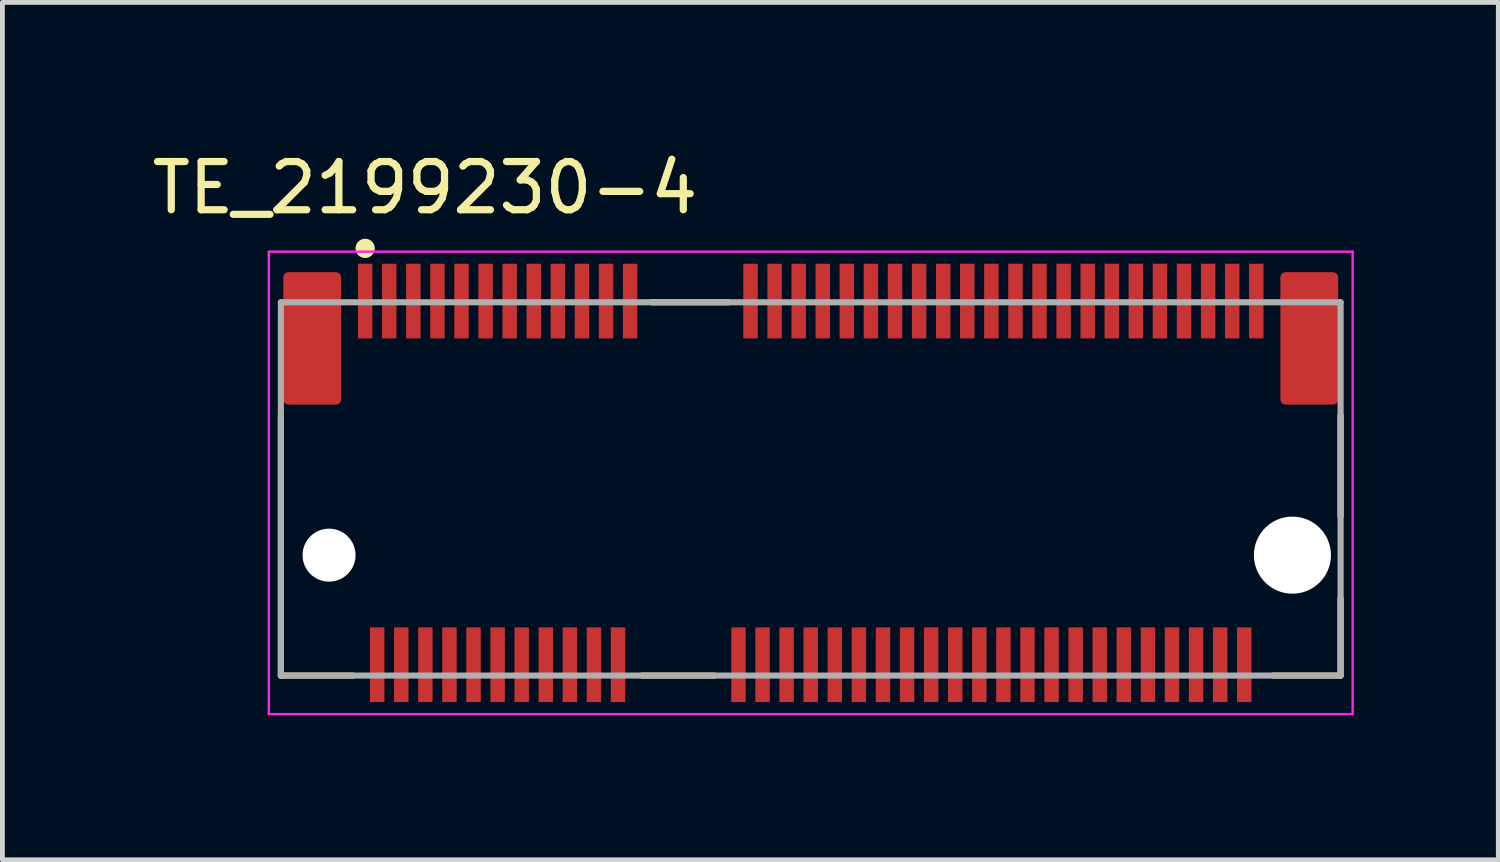
<source format=kicad_pcb>
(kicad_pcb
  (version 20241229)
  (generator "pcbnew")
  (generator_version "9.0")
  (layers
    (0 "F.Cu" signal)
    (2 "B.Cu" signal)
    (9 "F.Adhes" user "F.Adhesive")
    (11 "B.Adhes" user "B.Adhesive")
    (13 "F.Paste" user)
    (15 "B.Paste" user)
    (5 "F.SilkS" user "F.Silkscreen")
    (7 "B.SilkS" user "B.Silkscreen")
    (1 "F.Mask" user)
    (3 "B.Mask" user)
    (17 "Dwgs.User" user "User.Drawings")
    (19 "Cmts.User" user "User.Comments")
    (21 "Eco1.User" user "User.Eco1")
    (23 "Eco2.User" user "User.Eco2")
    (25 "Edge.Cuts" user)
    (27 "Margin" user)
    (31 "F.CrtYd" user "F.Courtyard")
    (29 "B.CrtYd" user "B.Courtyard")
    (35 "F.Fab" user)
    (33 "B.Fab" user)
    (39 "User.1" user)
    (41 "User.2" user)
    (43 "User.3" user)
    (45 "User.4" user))
  (footprint "TE_2199230-4"
    (layer "F.Cu")
    (at 13.781 7.1)
    (property "Reference" "TE_2199230-4" (at -8.008 -6.251 0) (layer "F.SilkS") (effects (font (size 1.001 1.001) (thickness 0.15))))
    (attr through_hole)
    (fp_line (start -11 -1.525) (end -11 3.875) (stroke (width 0.127) (type solid)) (layer "F.SilkS"))
    (fp_line (start -11 3.875) (end -9.5 3.875) (stroke (width 0.127) (type solid)) (layer "F.SilkS"))
    (fp_line (start -3.5 3.875) (end -2 3.875) (stroke (width 0.127) (type solid)) (layer "F.SilkS"))
    (fp_line (start -3.3 -3.875) (end -1.7 -3.875) (stroke (width 0.127) (type solid)) (layer "F.SilkS"))
    (fp_line (start 9.6 3.875) (end 11 3.875) (stroke (width 0.127) (type solid)) (layer "F.SilkS"))
    (fp_line (start 11 -1.525) (end 11 0.575) (stroke (width 0.127) (type solid)) (layer "F.SilkS"))
    (fp_line (start 11 3.875) (end 11 2.275) (stroke (width 0.127) (type solid)) (layer "F.SilkS"))
    (fp_circle (center -9.25 -4.994) (end -9.15 -4.994) (stroke (width 0.2) (type solid)) (fill no) (layer "F.SilkS"))
    (fp_line (start -11.25 -4.925) (end 11.25 -4.925) (stroke (width 0.05) (type solid)) (layer "F.CrtYd"))
    (fp_line (start -11.25 4.675) (end -11.25 -4.925) (stroke (width 0.05) (type solid)) (layer "F.CrtYd"))
    (fp_line (start 11.25 -4.925) (end 11.25 4.675) (stroke (width 0.05) (type solid)) (layer "F.CrtYd"))
    (fp_line (start 11.25 4.675) (end -11.25 4.675) (stroke (width 0.05) (type solid)) (layer "F.CrtYd"))
    (fp_line (start -11 -3.875) (end 11 -3.875) (stroke (width 0.127) (type solid)) (layer "F.Fab"))
    (fp_line (start -11 3.875) (end -11 -3.875) (stroke (width 0.127) (type solid)) (layer "F.Fab"))
    (fp_line (start 11 -3.875) (end 11 3.875) (stroke (width 0.127) (type solid)) (layer "F.Fab"))
    (fp_line (start 11 3.875) (end -11 3.875) (stroke (width 0.127) (type solid)) (layer "F.Fab"))
    (pad "" np_thru_hole circle (at -10 1.375) (size 1.1 1.1) (drill 1.1) (layers "*.Cu" "*.Mask"))
    (pad "" np_thru_hole circle (at 10 1.375) (size 1.6 1.6) (drill 1.6) (layers "*.Cu" "*.Mask"))
    (pad "1" smd roundrect (at -9.25 -3.9) (size 0.3 1.55) (layers "F.Cu" "F.Mask" "F.Paste") (roundrect_rratio 0.02))
    (pad "2" smd roundrect (at -9 3.65) (size 0.3 1.55) (layers "F.Cu" "F.Mask" "F.Paste") (roundrect_rratio 0.02))
    (pad "3" smd roundrect (at -8.75 -3.9) (size 0.3 1.55) (layers "F.Cu" "F.Mask" "F.Paste") (roundrect_rratio 0.02))
    (pad "4" smd roundrect (at -8.5 3.65) (size 0.3 1.55) (layers "F.Cu" "F.Mask" "F.Paste") (roundrect_rratio 0.02))
    (pad "5" smd roundrect (at -8.25 -3.9) (size 0.3 1.55) (layers "F.Cu" "F.Mask" "F.Paste") (roundrect_rratio 0.02))
    (pad "6" smd roundrect (at -8 3.65) (size 0.3 1.55) (layers "F.Cu" "F.Mask" "F.Paste") (roundrect_rratio 0.02))
    (pad "7" smd roundrect (at -7.75 -3.9) (size 0.3 1.55) (layers "F.Cu" "F.Mask" "F.Paste") (roundrect_rratio 0.02))
    (pad "8" smd roundrect (at -7.5 3.65) (size 0.3 1.55) (layers "F.Cu" "F.Mask" "F.Paste") (roundrect_rratio 0.02))
    (pad "9" smd roundrect (at -7.25 -3.9) (size 0.3 1.55) (layers "F.Cu" "F.Mask" "F.Paste") (roundrect_rratio 0.02))
    (pad "10" smd roundrect (at -7 3.65) (size 0.3 1.55) (layers "F.Cu" "F.Mask" "F.Paste") (roundrect_rratio 0.02))
    (pad "11" smd roundrect (at -6.75 -3.9) (size 0.3 1.55) (layers "F.Cu" "F.Mask" "F.Paste") (roundrect_rratio 0.02))
    (pad "12" smd roundrect (at -6.5 3.65) (size 0.3 1.55) (layers "F.Cu" "F.Mask" "F.Paste") (roundrect_rratio 0.02))
    (pad "13" smd roundrect (at -6.25 -3.9) (size 0.3 1.55) (layers "F.Cu" "F.Mask" "F.Paste") (roundrect_rratio 0.02))
    (pad "14" smd roundrect (at -6 3.65) (size 0.3 1.55) (layers "F.Cu" "F.Mask" "F.Paste") (roundrect_rratio 0.02))
    (pad "15" smd roundrect (at -5.75 -3.9) (size 0.3 1.55) (layers "F.Cu" "F.Mask" "F.Paste") (roundrect_rratio 0.02))
    (pad "16" smd roundrect (at -5.5 3.65) (size 0.3 1.55) (layers "F.Cu" "F.Mask" "F.Paste") (roundrect_rratio 0.02))
    (pad "17" smd roundrect (at -5.25 -3.9) (size 0.3 1.55) (layers "F.Cu" "F.Mask" "F.Paste") (roundrect_rratio 0.02))
    (pad "18" smd roundrect (at -5 3.65) (size 0.3 1.55) (layers "F.Cu" "F.Mask" "F.Paste") (roundrect_rratio 0.02))
    (pad "19" smd roundrect (at -4.75 -3.9) (size 0.3 1.55) (layers "F.Cu" "F.Mask" "F.Paste") (roundrect_rratio 0.02))
    (pad "20" smd roundrect (at -4.5 3.65) (size 0.3 1.55) (layers "F.Cu" "F.Mask" "F.Paste") (roundrect_rratio 0.02))
    (pad "21" smd roundrect (at -4.25 -3.9) (size 0.3 1.55) (layers "F.Cu" "F.Mask" "F.Paste") (roundrect_rratio 0.02))
    (pad "22" smd roundrect (at -4 3.65) (size 0.3 1.55) (layers "F.Cu" "F.Mask" "F.Paste") (roundrect_rratio 0.02))
    (pad "23" smd roundrect (at -3.75 -3.9) (size 0.3 1.55) (layers "F.Cu" "F.Mask" "F.Paste") (roundrect_rratio 0.02))
    (pad "32" smd roundrect (at -1.5 3.65) (size 0.3 1.55) (layers "F.Cu" "F.Mask" "F.Paste") (roundrect_rratio 0.02))
    (pad "33" smd roundrect (at -1.25 -3.9) (size 0.3 1.55) (layers "F.Cu" "F.Mask" "F.Paste") (roundrect_rratio 0.02))
    (pad "34" smd roundrect (at -1 3.65) (size 0.3 1.55) (layers "F.Cu" "F.Mask" "F.Paste") (roundrect_rratio 0.02))
    (pad "35" smd roundrect (at -0.75 -3.9) (size 0.3 1.55) (layers "F.Cu" "F.Mask" "F.Paste") (roundrect_rratio 0.02))
    (pad "36" smd roundrect (at -0.5 3.65) (size 0.3 1.55) (layers "F.Cu" "F.Mask" "F.Paste") (roundrect_rratio 0.02))
    (pad "37" smd roundrect (at -0.25 -3.9) (size 0.3 1.55) (layers "F.Cu" "F.Mask" "F.Paste") (roundrect_rratio 0.02))
    (pad "38" smd roundrect (at 0 3.65) (size 0.3 1.55) (layers "F.Cu" "F.Mask" "F.Paste") (roundrect_rratio 0.02))
    (pad "39" smd roundrect (at 0.25 -3.9) (size 0.3 1.55) (layers "F.Cu" "F.Mask" "F.Paste") (roundrect_rratio 0.02))
    (pad "40" smd roundrect (at 0.5 3.65) (size 0.3 1.55) (layers "F.Cu" "F.Mask" "F.Paste") (roundrect_rratio 0.02))
    (pad "41" smd roundrect (at 0.75 -3.9) (size 0.3 1.55) (layers "F.Cu" "F.Mask" "F.Paste") (roundrect_rratio 0.02))
    (pad "42" smd roundrect (at 1 3.65) (size 0.3 1.55) (layers "F.Cu" "F.Mask" "F.Paste") (roundrect_rratio 0.02))
    (pad "43" smd roundrect (at 1.25 -3.9) (size 0.3 1.55) (layers "F.Cu" "F.Mask" "F.Paste") (roundrect_rratio 0.02))
    (pad "44" smd roundrect (at 1.5 3.65) (size 0.3 1.55) (layers "F.Cu" "F.Mask" "F.Paste") (roundrect_rratio 0.02))
    (pad "45" smd roundrect (at 1.75 -3.9) (size 0.3 1.55) (layers "F.Cu" "F.Mask" "F.Paste") (roundrect_rratio 0.02))
    (pad "46" smd roundrect (at 2 3.65) (size 0.3 1.55) (layers "F.Cu" "F.Mask" "F.Paste") (roundrect_rratio 0.02))
    (pad "47" smd roundrect (at 2.25 -3.9) (size 0.3 1.55) (layers "F.Cu" "F.Mask" "F.Paste") (roundrect_rratio 0.02))
    (pad "48" smd roundrect (at 2.5 3.65) (size 0.3 1.55) (layers "F.Cu" "F.Mask" "F.Paste") (roundrect_rratio 0.02))
    (pad "49" smd roundrect (at 2.75 -3.9) (size 0.3 1.55) (layers "F.Cu" "F.Mask" "F.Paste") (roundrect_rratio 0.02))
    (pad "50" smd roundrect (at 3 3.65) (size 0.3 1.55) (layers "F.Cu" "F.Mask" "F.Paste") (roundrect_rratio 0.02))
    (pad "51" smd roundrect (at 3.25 -3.9) (size 0.3 1.55) (layers "F.Cu" "F.Mask" "F.Paste") (roundrect_rratio 0.02))
    (pad "52" smd roundrect (at 3.5 3.65) (size 0.3 1.55) (layers "F.Cu" "F.Mask" "F.Paste") (roundrect_rratio 0.02))
    (pad "53" smd roundrect (at 3.75 -3.9) (size 0.3 1.55) (layers "F.Cu" "F.Mask" "F.Paste") (roundrect_rratio 0.02))
    (pad "54" smd roundrect (at 4 3.65) (size 0.3 1.55) (layers "F.Cu" "F.Mask" "F.Paste") (roundrect_rratio 0.02))
    (pad "55" smd roundrect (at 4.25 -3.9) (size 0.3 1.55) (layers "F.Cu" "F.Mask" "F.Paste") (roundrect_rratio 0.02))
    (pad "56" smd roundrect (at 4.5 3.65) (size 0.3 1.55) (layers "F.Cu" "F.Mask" "F.Paste") (roundrect_rratio 0.02))
    (pad "57" smd roundrect (at 4.75 -3.9) (size 0.3 1.55) (layers "F.Cu" "F.Mask" "F.Paste") (roundrect_rratio 0.02))
    (pad "58" smd roundrect (at 5 3.65) (size 0.3 1.55) (layers "F.Cu" "F.Mask" "F.Paste") (roundrect_rratio 0.02))
    (pad "59" smd roundrect (at 5.25 -3.9) (size 0.3 1.55) (layers "F.Cu" "F.Mask" "F.Paste") (roundrect_rratio 0.02))
    (pad "60" smd roundrect (at 5.5 3.65) (size 0.3 1.55) (layers "F.Cu" "F.Mask" "F.Paste") (roundrect_rratio 0.02))
    (pad "61" smd roundrect (at 5.75 -3.9) (size 0.3 1.55) (layers "F.Cu" "F.Mask" "F.Paste") (roundrect_rratio 0.02))
    (pad "62" smd roundrect (at 6 3.65) (size 0.3 1.55) (layers "F.Cu" "F.Mask" "F.Paste") (roundrect_rratio 0.02))
    (pad "63" smd roundrect (at 6.25 -3.9) (size 0.3 1.55) (layers "F.Cu" "F.Mask" "F.Paste") (roundrect_rratio 0.02))
    (pad "64" smd roundrect (at 6.5 3.65) (size 0.3 1.55) (layers "F.Cu" "F.Mask" "F.Paste") (roundrect_rratio 0.02))
    (pad "65" smd roundrect (at 6.75 -3.9) (size 0.3 1.55) (layers "F.Cu" "F.Mask" "F.Paste") (roundrect_rratio 0.02))
    (pad "66" smd roundrect (at 7 3.65) (size 0.3 1.55) (layers "F.Cu" "F.Mask" "F.Paste") (roundrect_rratio 0.02))
    (pad "67" smd roundrect (at 7.25 -3.9) (size 0.3 1.55) (layers "F.Cu" "F.Mask" "F.Paste") (roundrect_rratio 0.02))
    (pad "68" smd roundrect (at 7.5 3.65) (size 0.3 1.55) (layers "F.Cu" "F.Mask" "F.Paste") (roundrect_rratio 0.02))
    (pad "69" smd roundrect (at 7.75 -3.9) (size 0.3 1.55) (layers "F.Cu" "F.Mask" "F.Paste") (roundrect_rratio 0.02))
    (pad "70" smd roundrect (at 8 3.65) (size 0.3 1.55) (layers "F.Cu" "F.Mask" "F.Paste") (roundrect_rratio 0.02))
    (pad "71" smd roundrect (at 8.25 -3.9) (size 0.3 1.55) (layers "F.Cu" "F.Mask" "F.Paste") (roundrect_rratio 0.02))
    (pad "72" smd roundrect (at 8.5 3.65) (size 0.3 1.55) (layers "F.Cu" "F.Mask" "F.Paste") (roundrect_rratio 0.02))
    (pad "73" smd roundrect (at 8.75 -3.9) (size 0.3 1.55) (layers "F.Cu" "F.Mask" "F.Paste") (roundrect_rratio 0.02))
    (pad "74" smd roundrect (at 9 3.65) (size 0.3 1.55) (layers "F.Cu" "F.Mask" "F.Paste") (roundrect_rratio 0.02))
    (pad "75" smd roundrect (at 9.25 -3.9) (size 0.3 1.55) (layers "F.Cu" "F.Mask" "F.Paste") (roundrect_rratio 0.02))
    (pad "S1" smd roundrect (at -10.35 -3.125) (size 1.2 2.75) (layers "F.Cu" "F.Mask" "F.Paste") (roundrect_rratio 0.09))
    (pad "S2" smd roundrect (at 10.35 -3.125) (size 1.2 2.75) (layers "F.Cu" "F.Mask" "F.Paste") (roundrect_rratio 0.09)))
  (gr_rect
    (start -3 -3)
    (end 28.056 14.8)
    (stroke (width 0.1) (type default))
    (fill no)
    (layer "Edge.Cuts")))
</source>
